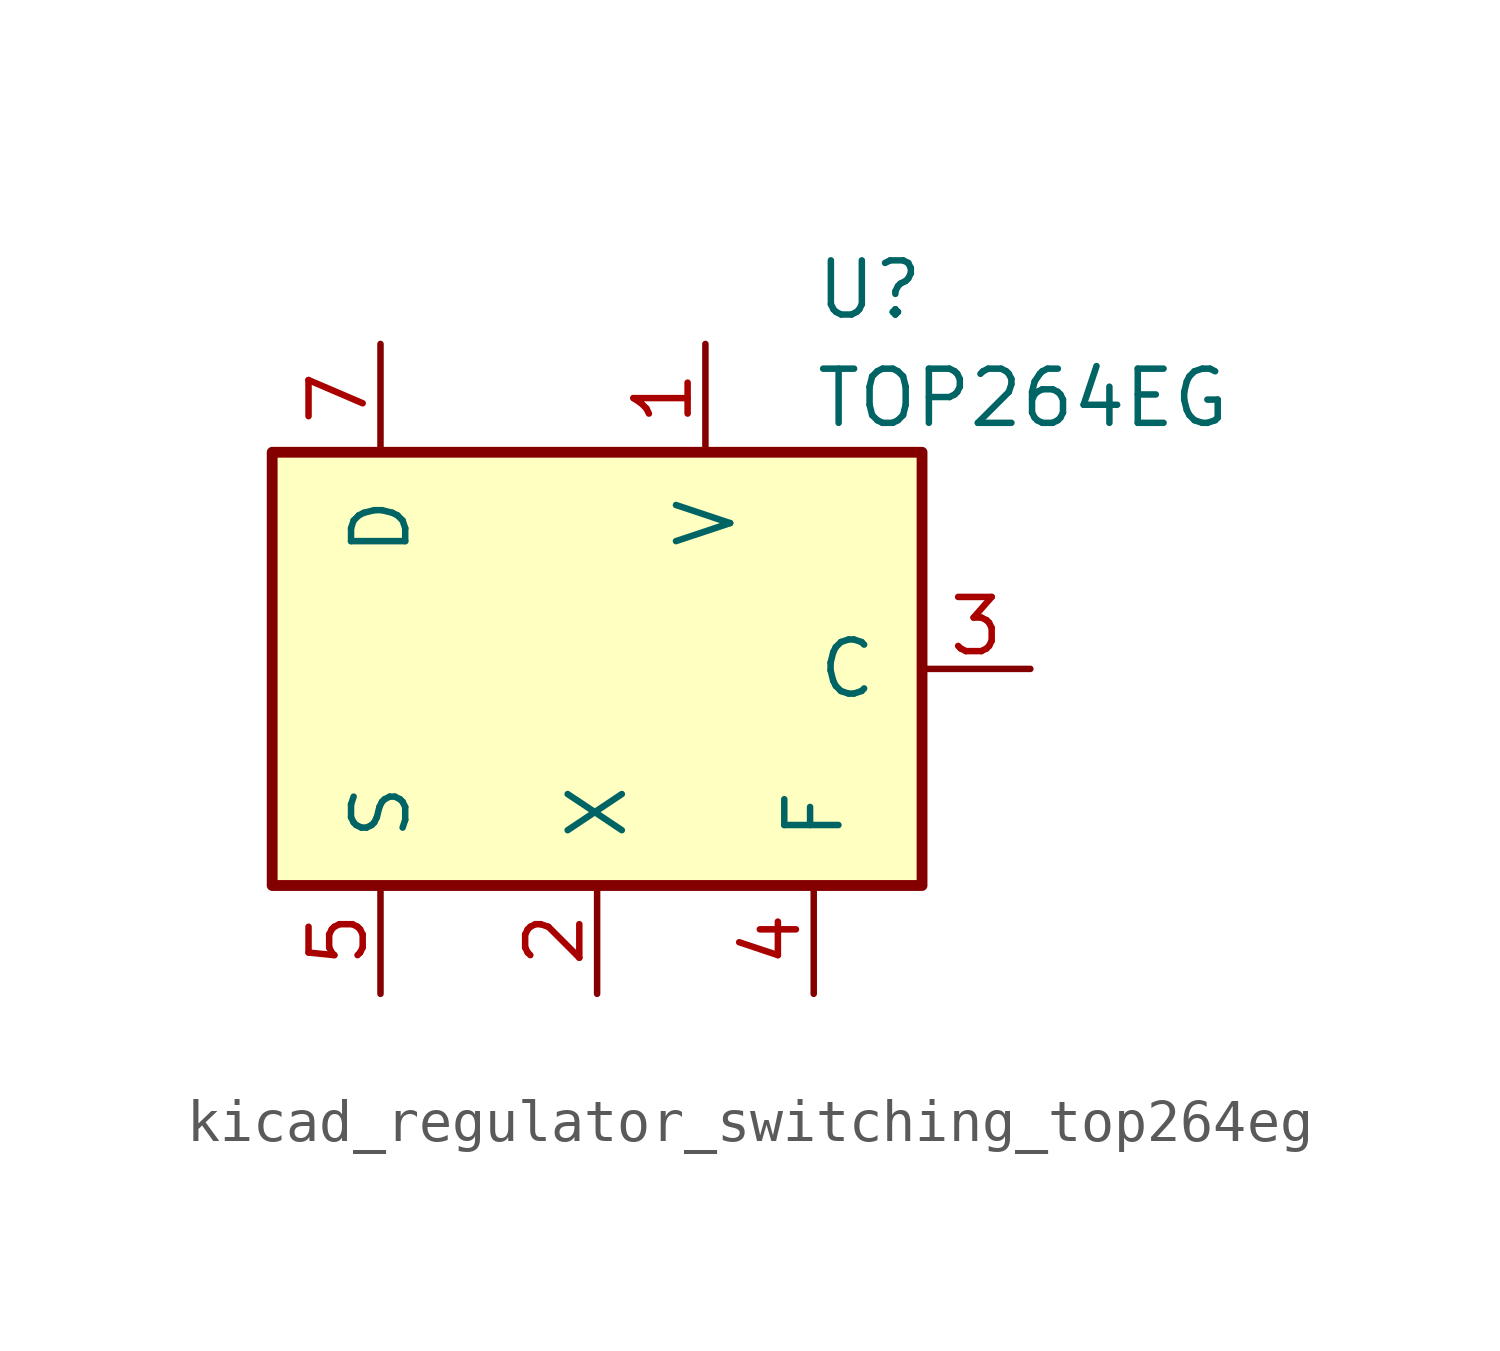
<source format=kicad_sym>
(kicad_symbol_lib
  (version 20220914)
  (generator kicad_symbol_editor)
  (symbol "kicad_regulator_switching_top264eg"
    (pin_names
      (offset 1.016))
    (property "Reference" "U"
      (at 5.08 8.89 0)
      (effects (font (size 1.27 1.27)) (justify left)))
    (property "Value" "TOP264EG"
      (at 5.08 6.35 0)
      (effects (font (size 1.27 1.27)) (justify left)))
    (symbol "kicad_regulator_switching_top264eg_0_1"
      (rectangle (start -7.62 5.08) (end 7.62 -5.08) (stroke (width 0.254) (type default)) (fill (type background))))
    (symbol "kicad_regulator_switching_top264eg_1_1"
      (pin input line (at 2.54 7.62 270) (length 2.54) (name "V" (effects (font (size 1.27 1.27)))) (number "1" (effects (font (size 1.27 1.27)))))
      (pin input line (at 0 -7.62 90) (length 2.54) (name "X" (effects (font (size 1.27 1.27)))) (number "2" (effects (font (size 1.27 1.27)))))
      (pin input line (at 10.16 0 180) (length 2.54) (name "C" (effects (font (size 1.27 1.27)))) (number "3" (effects (font (size 1.27 1.27)))))
      (pin passive line (at 5.08 -7.62 90) (length 2.54) (name "F" (effects (font (size 1.27 1.27)))) (number "4" (effects (font (size 1.27 1.27)))))
      (pin power_in line (at -5.08 -7.62 90) (length 2.54) (name "S" (effects (font (size 1.27 1.27)))) (number "5" (effects (font (size 1.27 1.27)))))
      (pin open_collector line (at -5.08 7.62 270) (length 2.54) (name "D" (effects (font (size 1.27 1.27)))) (number "7" (effects (font (size 1.27 1.27))))))))
</source>
